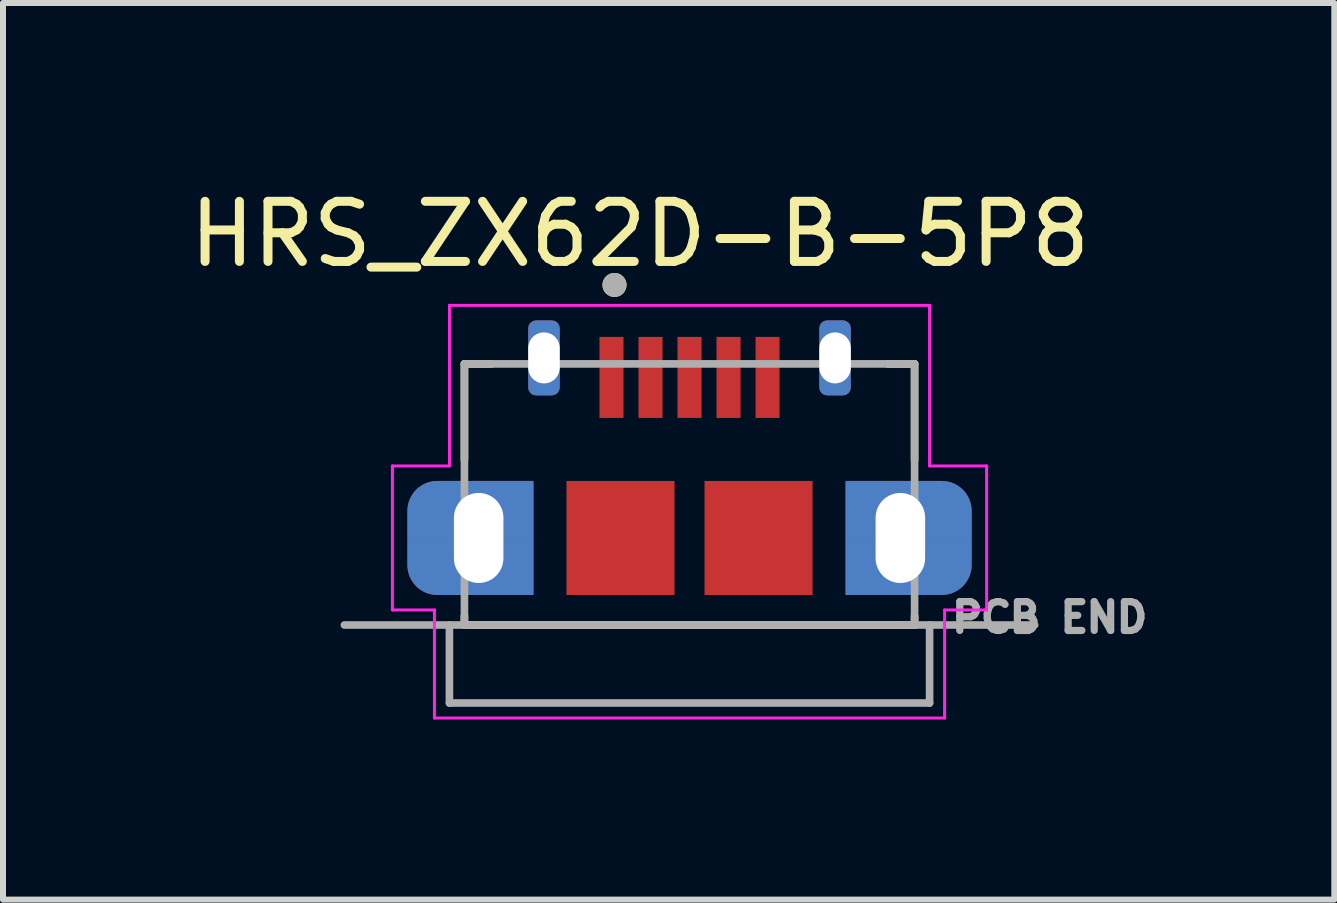
<source format=kicad_pcb>
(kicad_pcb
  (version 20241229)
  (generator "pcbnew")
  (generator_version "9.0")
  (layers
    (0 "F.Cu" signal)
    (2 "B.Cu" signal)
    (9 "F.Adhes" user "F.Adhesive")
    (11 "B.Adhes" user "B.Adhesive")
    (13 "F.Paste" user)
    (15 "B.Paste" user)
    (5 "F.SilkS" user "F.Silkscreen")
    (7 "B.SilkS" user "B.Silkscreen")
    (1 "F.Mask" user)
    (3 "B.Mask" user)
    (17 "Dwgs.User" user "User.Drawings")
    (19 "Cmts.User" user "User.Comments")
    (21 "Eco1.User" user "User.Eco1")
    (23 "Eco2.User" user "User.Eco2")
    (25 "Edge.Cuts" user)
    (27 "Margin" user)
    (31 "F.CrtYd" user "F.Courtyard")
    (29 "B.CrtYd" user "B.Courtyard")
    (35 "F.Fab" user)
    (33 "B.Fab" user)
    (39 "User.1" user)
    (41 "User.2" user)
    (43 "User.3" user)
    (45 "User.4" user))
  (footprint "HRS_ZX62D-B-5P8"
    (layer "F.Cu")
    (at 8.438 5.838)
    (property "Reference" "HRS_ZX62D-B-5P8" (at -0.826 -4.988 0) (layer "F.SilkS") (effects (font (size 1.001 1.001) (thickness 0.15))))
    (attr smd)
    (fp_poly (pts (xy -3.1 0.075) (xy -2.6 0.075) (xy -2.6 1.025) (xy -4.2 1.025) (xy -4.226 1.024) (xy -4.252 1.022) (xy -4.278 1.019) (xy -4.304 1.014) (xy -4.329 1.008) (xy -4.355 1.001) (xy -4.379 0.992) (xy -4.403 0.982) (xy -4.427 0.971) (xy -4.45 0.958) (xy -4.472 0.944) (xy -4.494 0.93) (xy -4.515 0.914) (xy -4.535 0.897) (xy -4.554 0.879) (xy -4.572 0.86) (xy -4.589 0.84) (xy -4.605 0.819) (xy -4.619 0.797) (xy -4.633 0.775) (xy -4.646 0.752) (xy -4.657 0.728) (xy -4.667 0.704) (xy -4.676 0.68) (xy -4.683 0.654) (xy -4.689 0.629) (xy -4.694 0.603) (xy -4.697 0.577) (xy -4.699 0.551) (xy -4.7 0.525) (xy -4.7 0.075) (xy -3.925 0.075) (xy -3.925 0.55) (xy -3.925 0.564) (xy -3.923 0.579) (xy -3.922 0.593) (xy -3.919 0.607) (xy -3.916 0.621) (xy -3.912 0.635) (xy -3.907 0.649) (xy -3.901 0.662) (xy -3.895 0.675) (xy -3.888 0.688) (xy -3.881 0.7) (xy -3.872 0.712) (xy -3.864 0.723) (xy -3.854 0.734) (xy -3.844 0.744) (xy -3.834 0.754) (xy -3.823 0.764) (xy -3.812 0.772) (xy -3.8 0.781) (xy -3.787 0.788) (xy -3.775 0.795) (xy -3.762 0.801) (xy -3.749 0.807) (xy -3.735 0.812) (xy -3.721 0.816) (xy -3.707 0.819) (xy -3.693 0.822) (xy -3.679 0.823) (xy -3.664 0.825) (xy -3.65 0.825) (xy -3.4 0.825) (xy -3.384 0.825) (xy -3.369 0.823) (xy -3.353 0.821) (xy -3.338 0.818) (xy -3.322 0.815) (xy -3.307 0.81) (xy -3.292 0.805) (xy -3.278 0.799) (xy -3.264 0.792) (xy -3.25 0.785) (xy -3.237 0.777) (xy -3.224 0.768) (xy -3.211 0.758) (xy -3.199 0.748) (xy -3.188 0.737) (xy -3.177 0.726) (xy -3.167 0.714) (xy -3.157 0.701) (xy -3.148 0.688) (xy -3.14 0.675) (xy -3.133 0.661) (xy -3.126 0.647) (xy -3.12 0.633) (xy -3.115 0.618) (xy -3.11 0.603) (xy -3.107 0.587) (xy -3.104 0.572) (xy -3.102 0.556) (xy -3.1 0.541) (xy -3.1 0.525) (xy -3.1 0.075)) (stroke (width 0.0001) (type solid)) (fill yes) (layer "F.Cu"))
    (fp_poly (pts (xy -2.6 -0.875) (xy -4.2 -0.875) (xy -4.226 -0.874) (xy -4.252 -0.872) (xy -4.278 -0.869) (xy -4.304 -0.864) (xy -4.329 -0.858) (xy -4.355 -0.851) (xy -4.379 -0.842) (xy -4.403 -0.832) (xy -4.427 -0.821) (xy -4.45 -0.808) (xy -4.472 -0.794) (xy -4.494 -0.78) (xy -4.515 -0.764) (xy -4.535 -0.747) (xy -4.554 -0.729) (xy -4.572 -0.71) (xy -4.589 -0.69) (xy -4.605 -0.669) (xy -4.619 -0.647) (xy -4.633 -0.625) (xy -4.646 -0.602) (xy -4.657 -0.578) (xy -4.667 -0.554) (xy -4.676 -0.53) (xy -4.683 -0.504) (xy -4.689 -0.479) (xy -4.694 -0.453) (xy -4.697 -0.427) (xy -4.699 -0.401) (xy -4.7 -0.375) (xy -4.7 0.075) (xy -3.925 0.075) (xy -3.925 -0.375) (xy -3.925 -0.391) (xy -3.923 -0.406) (xy -3.921 -0.422) (xy -3.918 -0.437) (xy -3.915 -0.453) (xy -3.91 -0.468) (xy -3.905 -0.483) (xy -3.899 -0.497) (xy -3.892 -0.511) (xy -3.885 -0.525) (xy -3.877 -0.538) (xy -3.868 -0.551) (xy -3.858 -0.564) (xy -3.848 -0.576) (xy -3.837 -0.587) (xy -3.826 -0.598) (xy -3.814 -0.608) (xy -3.801 -0.618) (xy -3.788 -0.627) (xy -3.775 -0.635) (xy -3.761 -0.642) (xy -3.747 -0.649) (xy -3.733 -0.655) (xy -3.718 -0.66) (xy -3.703 -0.665) (xy -3.687 -0.668) (xy -3.672 -0.671) (xy -3.656 -0.673) (xy -3.641 -0.675) (xy -3.625 -0.675) (xy -3.4 -0.675) (xy -3.384 -0.675) (xy -3.369 -0.673) (xy -3.353 -0.671) (xy -3.338 -0.668) (xy -3.322 -0.665) (xy -3.307 -0.66) (xy -3.292 -0.655) (xy -3.278 -0.649) (xy -3.264 -0.642) (xy -3.25 -0.635) (xy -3.237 -0.627) (xy -3.224 -0.618) (xy -3.211 -0.608) (xy -3.199 -0.598) (xy -3.188 -0.587) (xy -3.177 -0.576) (xy -3.167 -0.564) (xy -3.157 -0.551) (xy -3.148 -0.538) (xy -3.14 -0.525) (xy -3.133 -0.511) (xy -3.126 -0.497) (xy -3.12 -0.483) (xy -3.115 -0.468) (xy -3.11 -0.453) (xy -3.107 -0.437) (xy -3.104 -0.422) (xy -3.102 -0.406) (xy -3.1 -0.391) (xy -3.1 -0.375) (xy -3.1 0.075) (xy -2.6 0.075) (xy -2.6 -0.875)) (stroke (width 0.0001) (type solid)) (fill yes) (layer "F.Cu"))
    (fp_poly (pts (xy 2.6 1.025) (xy 4.2 1.025) (xy 4.226 1.024) (xy 4.252 1.022) (xy 4.278 1.019) (xy 4.304 1.014) (xy 4.329 1.008) (xy 4.355 1.001) (xy 4.379 0.992) (xy 4.403 0.982) (xy 4.427 0.971) (xy 4.45 0.958) (xy 4.472 0.944) (xy 4.494 0.93) (xy 4.515 0.914) (xy 4.535 0.897) (xy 4.554 0.879) (xy 4.572 0.86) (xy 4.589 0.84) (xy 4.605 0.819) (xy 4.619 0.797) (xy 4.633 0.775) (xy 4.646 0.752) (xy 4.657 0.728) (xy 4.667 0.704) (xy 4.676 0.68) (xy 4.683 0.654) (xy 4.689 0.629) (xy 4.694 0.603) (xy 4.697 0.577) (xy 4.699 0.551) (xy 4.7 0.525) (xy 4.7 0.075) (xy 3.925 0.075) (xy 3.925 0.525) (xy 3.925 0.541) (xy 3.923 0.556) (xy 3.921 0.572) (xy 3.918 0.587) (xy 3.915 0.603) (xy 3.91 0.618) (xy 3.905 0.633) (xy 3.899 0.647) (xy 3.892 0.661) (xy 3.885 0.675) (xy 3.877 0.688) (xy 3.868 0.701) (xy 3.858 0.714) (xy 3.848 0.726) (xy 3.837 0.737) (xy 3.826 0.748) (xy 3.814 0.758) (xy 3.801 0.768) (xy 3.788 0.777) (xy 3.775 0.785) (xy 3.761 0.792) (xy 3.747 0.799) (xy 3.733 0.805) (xy 3.718 0.81) (xy 3.703 0.815) (xy 3.687 0.818) (xy 3.672 0.821) (xy 3.656 0.823) (xy 3.641 0.825) (xy 3.625 0.825) (xy 3.4 0.825) (xy 3.384 0.825) (xy 3.369 0.823) (xy 3.353 0.821) (xy 3.338 0.818) (xy 3.322 0.815) (xy 3.307 0.81) (xy 3.292 0.805) (xy 3.278 0.799) (xy 3.264 0.792) (xy 3.25 0.785) (xy 3.237 0.777) (xy 3.224 0.768) (xy 3.211 0.758) (xy 3.199 0.748) (xy 3.188 0.737) (xy 3.177 0.726) (xy 3.167 0.714) (xy 3.157 0.701) (xy 3.148 0.688) (xy 3.14 0.675) (xy 3.133 0.661) (xy 3.126 0.647) (xy 3.12 0.633) (xy 3.115 0.618) (xy 3.11 0.603) (xy 3.107 0.587) (xy 3.104 0.572) (xy 3.102 0.556) (xy 3.1 0.541) (xy 3.1 0.525) (xy 3.1 0.075) (xy 2.6 0.075) (xy 2.6 1.025)) (stroke (width 0.0001) (type solid)) (fill yes) (layer "F.Cu"))
    (fp_poly (pts (xy 3.1 0.075) (xy 2.6 0.075) (xy 2.6 -0.875) (xy 4.2 -0.875) (xy 4.226 -0.874) (xy 4.252 -0.872) (xy 4.278 -0.869) (xy 4.304 -0.864) (xy 4.329 -0.858) (xy 4.355 -0.851) (xy 4.379 -0.842) (xy 4.403 -0.832) (xy 4.427 -0.821) (xy 4.45 -0.808) (xy 4.472 -0.794) (xy 4.494 -0.78) (xy 4.515 -0.764) (xy 4.535 -0.747) (xy 4.554 -0.729) (xy 4.572 -0.71) (xy 4.589 -0.69) (xy 4.605 -0.669) (xy 4.619 -0.647) (xy 4.633 -0.625) (xy 4.646 -0.602) (xy 4.657 -0.578) (xy 4.667 -0.554) (xy 4.676 -0.53) (xy 4.683 -0.504) (xy 4.689 -0.479) (xy 4.694 -0.453) (xy 4.697 -0.427) (xy 4.699 -0.401) (xy 4.7 -0.375) (xy 4.7 0.075) (xy 3.925 0.075) (xy 3.925 -0.4) (xy 3.925 -0.414) (xy 3.923 -0.429) (xy 3.922 -0.443) (xy 3.919 -0.457) (xy 3.916 -0.471) (xy 3.912 -0.485) (xy 3.907 -0.499) (xy 3.901 -0.512) (xy 3.895 -0.525) (xy 3.888 -0.538) (xy 3.881 -0.55) (xy 3.872 -0.562) (xy 3.864 -0.573) (xy 3.854 -0.584) (xy 3.844 -0.594) (xy 3.834 -0.604) (xy 3.823 -0.614) (xy 3.812 -0.622) (xy 3.8 -0.631) (xy 3.787 -0.638) (xy 3.775 -0.645) (xy 3.762 -0.651) (xy 3.749 -0.657) (xy 3.735 -0.662) (xy 3.721 -0.666) (xy 3.707 -0.669) (xy 3.693 -0.672) (xy 3.679 -0.673) (xy 3.664 -0.675) (xy 3.65 -0.675) (xy 3.4 -0.675) (xy 3.384 -0.675) (xy 3.369 -0.673) (xy 3.353 -0.671) (xy 3.338 -0.668) (xy 3.322 -0.665) (xy 3.307 -0.66) (xy 3.292 -0.655) (xy 3.278 -0.649) (xy 3.264 -0.642) (xy 3.25 -0.635) (xy 3.237 -0.627) (xy 3.224 -0.618) (xy 3.211 -0.608) (xy 3.199 -0.598) (xy 3.188 -0.587) (xy 3.177 -0.576) (xy 3.167 -0.564) (xy 3.157 -0.551) (xy 3.148 -0.538) (xy 3.14 -0.525) (xy 3.133 -0.511) (xy 3.126 -0.497) (xy 3.12 -0.483) (xy 3.115 -0.468) (xy 3.11 -0.453) (xy 3.107 -0.437) (xy 3.104 -0.422) (xy 3.102 -0.406) (xy 3.1 -0.391) (xy 3.1 -0.375) (xy 3.1 0.075)) (stroke (width 0.0001) (type solid)) (fill yes) (layer "F.Cu"))
    (fp_poly (pts (xy -4.801 -0.975) (xy -2.5 -0.975) (xy -2.5 1.126) (xy -4.801 1.126)) (stroke (width 0.01) (type solid)) (fill yes) (layer "F.Mask"))
    (fp_poly (pts (xy 2.502 -0.975) (xy 4.8 -0.975) (xy 4.8 1.128) (xy 2.502 1.128)) (stroke (width 0.01) (type solid)) (fill yes) (layer "F.Mask"))
    (fp_poly (pts (xy -3.1 0.075) (xy -2.6 0.075) (xy -2.6 1.025) (xy -4.2 1.025) (xy -4.226 1.024) (xy -4.252 1.022) (xy -4.278 1.019) (xy -4.304 1.014) (xy -4.329 1.008) (xy -4.355 1.001) (xy -4.379 0.992) (xy -4.403 0.982) (xy -4.427 0.971) (xy -4.45 0.958) (xy -4.472 0.944) (xy -4.494 0.93) (xy -4.515 0.914) (xy -4.535 0.897) (xy -4.554 0.879) (xy -4.572 0.86) (xy -4.589 0.84) (xy -4.605 0.819) (xy -4.619 0.797) (xy -4.633 0.775) (xy -4.646 0.752) (xy -4.657 0.728) (xy -4.667 0.704) (xy -4.676 0.68) (xy -4.683 0.654) (xy -4.689 0.629) (xy -4.694 0.603) (xy -4.697 0.577) (xy -4.699 0.551) (xy -4.7 0.525) (xy -4.7 0.075) (xy -3.925 0.075) (xy -3.925 0.55) (xy -3.925 0.564) (xy -3.923 0.579) (xy -3.922 0.593) (xy -3.919 0.607) (xy -3.916 0.621) (xy -3.912 0.635) (xy -3.907 0.649) (xy -3.901 0.662) (xy -3.895 0.675) (xy -3.888 0.688) (xy -3.881 0.7) (xy -3.872 0.712) (xy -3.864 0.723) (xy -3.854 0.734) (xy -3.844 0.744) (xy -3.834 0.754) (xy -3.823 0.764) (xy -3.812 0.772) (xy -3.8 0.781) (xy -3.787 0.788) (xy -3.775 0.795) (xy -3.762 0.801) (xy -3.749 0.807) (xy -3.735 0.812) (xy -3.721 0.816) (xy -3.707 0.819) (xy -3.693 0.822) (xy -3.679 0.823) (xy -3.664 0.825) (xy -3.65 0.825) (xy -3.4 0.825) (xy -3.384 0.825) (xy -3.369 0.823) (xy -3.353 0.821) (xy -3.338 0.818) (xy -3.322 0.815) (xy -3.307 0.81) (xy -3.292 0.805) (xy -3.278 0.799) (xy -3.264 0.792) (xy -3.25 0.785) (xy -3.237 0.777) (xy -3.224 0.768) (xy -3.211 0.758) (xy -3.199 0.748) (xy -3.188 0.737) (xy -3.177 0.726) (xy -3.167 0.714) (xy -3.157 0.701) (xy -3.148 0.688) (xy -3.14 0.675) (xy -3.133 0.661) (xy -3.126 0.647) (xy -3.12 0.633) (xy -3.115 0.618) (xy -3.11 0.603) (xy -3.107 0.587) (xy -3.104 0.572) (xy -3.102 0.556) (xy -3.1 0.541) (xy -3.1 0.525) (xy -3.1 0.075)) (stroke (width 0.0001) (type solid)) (fill yes) (layer "B.Cu"))
    (fp_poly (pts (xy -2.6 -0.875) (xy -4.2 -0.875) (xy -4.226 -0.874) (xy -4.252 -0.872) (xy -4.278 -0.869) (xy -4.304 -0.864) (xy -4.329 -0.858) (xy -4.355 -0.851) (xy -4.379 -0.842) (xy -4.403 -0.832) (xy -4.427 -0.821) (xy -4.45 -0.808) (xy -4.472 -0.794) (xy -4.494 -0.78) (xy -4.515 -0.764) (xy -4.535 -0.747) (xy -4.554 -0.729) (xy -4.572 -0.71) (xy -4.589 -0.69) (xy -4.605 -0.669) (xy -4.619 -0.647) (xy -4.633 -0.625) (xy -4.646 -0.602) (xy -4.657 -0.578) (xy -4.667 -0.554) (xy -4.676 -0.53) (xy -4.683 -0.504) (xy -4.689 -0.479) (xy -4.694 -0.453) (xy -4.697 -0.427) (xy -4.699 -0.401) (xy -4.7 -0.375) (xy -4.7 0.075) (xy -3.925 0.075) (xy -3.925 -0.375) (xy -3.925 -0.391) (xy -3.923 -0.406) (xy -3.921 -0.422) (xy -3.918 -0.437) (xy -3.915 -0.453) (xy -3.91 -0.468) (xy -3.905 -0.483) (xy -3.899 -0.497) (xy -3.892 -0.511) (xy -3.885 -0.525) (xy -3.877 -0.538) (xy -3.868 -0.551) (xy -3.858 -0.564) (xy -3.848 -0.576) (xy -3.837 -0.587) (xy -3.826 -0.598) (xy -3.814 -0.608) (xy -3.801 -0.618) (xy -3.788 -0.627) (xy -3.775 -0.635) (xy -3.761 -0.642) (xy -3.747 -0.649) (xy -3.733 -0.655) (xy -3.718 -0.66) (xy -3.703 -0.665) (xy -3.687 -0.668) (xy -3.672 -0.671) (xy -3.656 -0.673) (xy -3.641 -0.675) (xy -3.625 -0.675) (xy -3.4 -0.675) (xy -3.384 -0.675) (xy -3.369 -0.673) (xy -3.353 -0.671) (xy -3.338 -0.668) (xy -3.322 -0.665) (xy -3.307 -0.66) (xy -3.292 -0.655) (xy -3.278 -0.649) (xy -3.264 -0.642) (xy -3.25 -0.635) (xy -3.237 -0.627) (xy -3.224 -0.618) (xy -3.211 -0.608) (xy -3.199 -0.598) (xy -3.188 -0.587) (xy -3.177 -0.576) (xy -3.167 -0.564) (xy -3.157 -0.551) (xy -3.148 -0.538) (xy -3.14 -0.525) (xy -3.133 -0.511) (xy -3.126 -0.497) (xy -3.12 -0.483) (xy -3.115 -0.468) (xy -3.11 -0.453) (xy -3.107 -0.437) (xy -3.104 -0.422) (xy -3.102 -0.406) (xy -3.1 -0.391) (xy -3.1 -0.375) (xy -3.1 0.075) (xy -2.6 0.075) (xy -2.6 -0.875)) (stroke (width 0.0001) (type solid)) (fill yes) (layer "B.Cu"))
    (fp_poly (pts (xy 2.6 1.025) (xy 4.2 1.025) (xy 4.226 1.024) (xy 4.252 1.022) (xy 4.278 1.019) (xy 4.304 1.014) (xy 4.329 1.008) (xy 4.355 1.001) (xy 4.379 0.992) (xy 4.403 0.982) (xy 4.427 0.971) (xy 4.45 0.958) (xy 4.472 0.944) (xy 4.494 0.93) (xy 4.515 0.914) (xy 4.535 0.897) (xy 4.554 0.879) (xy 4.572 0.86) (xy 4.589 0.84) (xy 4.605 0.819) (xy 4.619 0.797) (xy 4.633 0.775) (xy 4.646 0.752) (xy 4.657 0.728) (xy 4.667 0.704) (xy 4.676 0.68) (xy 4.683 0.654) (xy 4.689 0.629) (xy 4.694 0.603) (xy 4.697 0.577) (xy 4.699 0.551) (xy 4.7 0.525) (xy 4.7 0.075) (xy 3.925 0.075) (xy 3.925 0.525) (xy 3.925 0.541) (xy 3.923 0.556) (xy 3.921 0.572) (xy 3.918 0.587) (xy 3.915 0.603) (xy 3.91 0.618) (xy 3.905 0.633) (xy 3.899 0.647) (xy 3.892 0.661) (xy 3.885 0.675) (xy 3.877 0.688) (xy 3.868 0.701) (xy 3.858 0.714) (xy 3.848 0.726) (xy 3.837 0.737) (xy 3.826 0.748) (xy 3.814 0.758) (xy 3.801 0.768) (xy 3.788 0.777) (xy 3.775 0.785) (xy 3.761 0.792) (xy 3.747 0.799) (xy 3.733 0.805) (xy 3.718 0.81) (xy 3.703 0.815) (xy 3.687 0.818) (xy 3.672 0.821) (xy 3.656 0.823) (xy 3.641 0.825) (xy 3.625 0.825) (xy 3.4 0.825) (xy 3.384 0.825) (xy 3.369 0.823) (xy 3.353 0.821) (xy 3.338 0.818) (xy 3.322 0.815) (xy 3.307 0.81) (xy 3.292 0.805) (xy 3.278 0.799) (xy 3.264 0.792) (xy 3.25 0.785) (xy 3.237 0.777) (xy 3.224 0.768) (xy 3.211 0.758) (xy 3.199 0.748) (xy 3.188 0.737) (xy 3.177 0.726) (xy 3.167 0.714) (xy 3.157 0.701) (xy 3.148 0.688) (xy 3.14 0.675) (xy 3.133 0.661) (xy 3.126 0.647) (xy 3.12 0.633) (xy 3.115 0.618) (xy 3.11 0.603) (xy 3.107 0.587) (xy 3.104 0.572) (xy 3.102 0.556) (xy 3.1 0.541) (xy 3.1 0.525) (xy 3.1 0.075) (xy 2.6 0.075) (xy 2.6 1.025)) (stroke (width 0.0001) (type solid)) (fill yes) (layer "B.Cu"))
    (fp_poly (pts (xy 3.1 0.075) (xy 2.6 0.075) (xy 2.6 -0.875) (xy 4.2 -0.875) (xy 4.226 -0.874) (xy 4.252 -0.872) (xy 4.278 -0.869) (xy 4.304 -0.864) (xy 4.329 -0.858) (xy 4.355 -0.851) (xy 4.379 -0.842) (xy 4.403 -0.832) (xy 4.427 -0.821) (xy 4.45 -0.808) (xy 4.472 -0.794) (xy 4.494 -0.78) (xy 4.515 -0.764) (xy 4.535 -0.747) (xy 4.554 -0.729) (xy 4.572 -0.71) (xy 4.589 -0.69) (xy 4.605 -0.669) (xy 4.619 -0.647) (xy 4.633 -0.625) (xy 4.646 -0.602) (xy 4.657 -0.578) (xy 4.667 -0.554) (xy 4.676 -0.53) (xy 4.683 -0.504) (xy 4.689 -0.479) (xy 4.694 -0.453) (xy 4.697 -0.427) (xy 4.699 -0.401) (xy 4.7 -0.375) (xy 4.7 0.075) (xy 3.925 0.075) (xy 3.925 -0.4) (xy 3.925 -0.414) (xy 3.923 -0.429) (xy 3.922 -0.443) (xy 3.919 -0.457) (xy 3.916 -0.471) (xy 3.912 -0.485) (xy 3.907 -0.499) (xy 3.901 -0.512) (xy 3.895 -0.525) (xy 3.888 -0.538) (xy 3.881 -0.55) (xy 3.872 -0.562) (xy 3.864 -0.573) (xy 3.854 -0.584) (xy 3.844 -0.594) (xy 3.834 -0.604) (xy 3.823 -0.614) (xy 3.812 -0.622) (xy 3.8 -0.631) (xy 3.787 -0.638) (xy 3.775 -0.645) (xy 3.762 -0.651) (xy 3.749 -0.657) (xy 3.735 -0.662) (xy 3.721 -0.666) (xy 3.707 -0.669) (xy 3.693 -0.672) (xy 3.679 -0.673) (xy 3.664 -0.675) (xy 3.65 -0.675) (xy 3.4 -0.675) (xy 3.384 -0.675) (xy 3.369 -0.673) (xy 3.353 -0.671) (xy 3.338 -0.668) (xy 3.322 -0.665) (xy 3.307 -0.66) (xy 3.292 -0.655) (xy 3.278 -0.649) (xy 3.264 -0.642) (xy 3.25 -0.635) (xy 3.237 -0.627) (xy 3.224 -0.618) (xy 3.211 -0.608) (xy 3.199 -0.598) (xy 3.188 -0.587) (xy 3.177 -0.576) (xy 3.167 -0.564) (xy 3.157 -0.551) (xy 3.148 -0.538) (xy 3.14 -0.525) (xy 3.133 -0.511) (xy 3.126 -0.497) (xy 3.12 -0.483) (xy 3.115 -0.468) (xy 3.11 -0.453) (xy 3.107 -0.437) (xy 3.104 -0.422) (xy 3.102 -0.406) (xy 3.1 -0.391) (xy 3.1 -0.375) (xy 3.1 0.075)) (stroke (width 0.0001) (type solid)) (fill yes) (layer "B.Cu"))
    (fp_poly (pts (xy -4.801 -0.975) (xy -2.5 -0.975) (xy -2.5 1.126) (xy -4.801 1.126)) (stroke (width 0.01) (type solid)) (fill yes) (layer "B.Mask"))
    (fp_poly (pts (xy 2.502 -0.975) (xy 4.8 -0.975) (xy 4.8 1.128) (xy 2.502 1.128)) (stroke (width 0.01) (type solid)) (fill yes) (layer "B.Mask"))
    (fp_line (start -3.75 -2.825) (end -3.3 -2.825) (stroke (width 0.127) (type solid)) (layer "F.SilkS"))
    (fp_line (start -3.75 -1.225) (end -3.75 -2.825) (stroke (width 0.127) (type solid)) (layer "F.SilkS"))
    (fp_line (start -3.75 1.525) (end -3.75 1.375) (stroke (width 0.127) (type solid)) (layer "F.SilkS"))
    (fp_line (start -3.75 1.525) (end 3.75 1.525) (stroke (width 0.127) (type solid)) (layer "F.SilkS"))
    (fp_line (start 3.3 -2.825) (end 3.75 -2.825) (stroke (width 0.127) (type solid)) (layer "F.SilkS"))
    (fp_line (start 3.75 -2.825) (end 3.75 -1.225) (stroke (width 0.127) (type solid)) (layer "F.SilkS"))
    (fp_line (start 3.75 1.525) (end 3.75 1.375) (stroke (width 0.127) (type solid)) (layer "F.SilkS"))
    (fp_circle (center -1.25 -4.14) (end -1.15 -4.14) (stroke (width 0.2) (type solid)) (fill no) (layer "F.SilkS"))
    (fp_poly (pts (xy -3.1 0.075) (xy -2.6 0.075) (xy -2.6 1.025) (xy -4.2 1.025) (xy -4.226 1.024) (xy -4.252 1.022) (xy -4.278 1.019) (xy -4.304 1.014) (xy -4.329 1.008) (xy -4.355 1.001) (xy -4.379 0.992) (xy -4.403 0.982) (xy -4.427 0.971) (xy -4.45 0.958) (xy -4.472 0.944) (xy -4.494 0.93) (xy -4.515 0.914) (xy -4.535 0.897) (xy -4.554 0.879) (xy -4.572 0.86) (xy -4.589 0.84) (xy -4.605 0.819) (xy -4.619 0.797) (xy -4.633 0.775) (xy -4.646 0.752) (xy -4.657 0.728) (xy -4.667 0.704) (xy -4.676 0.68) (xy -4.683 0.654) (xy -4.689 0.629) (xy -4.694 0.603) (xy -4.697 0.577) (xy -4.699 0.551) (xy -4.7 0.525) (xy -4.7 0.075) (xy -3.925 0.075) (xy -3.925 0.55) (xy -3.925 0.564) (xy -3.923 0.579) (xy -3.922 0.593) (xy -3.919 0.607) (xy -3.916 0.621) (xy -3.912 0.635) (xy -3.907 0.649) (xy -3.901 0.662) (xy -3.895 0.675) (xy -3.888 0.688) (xy -3.881 0.7) (xy -3.872 0.712) (xy -3.864 0.723) (xy -3.854 0.734) (xy -3.844 0.744) (xy -3.834 0.754) (xy -3.823 0.764) (xy -3.812 0.772) (xy -3.8 0.781) (xy -3.787 0.788) (xy -3.775 0.795) (xy -3.762 0.801) (xy -3.749 0.807) (xy -3.735 0.812) (xy -3.721 0.816) (xy -3.707 0.819) (xy -3.693 0.822) (xy -3.679 0.823) (xy -3.664 0.825) (xy -3.65 0.825) (xy -3.4 0.825) (xy -3.384 0.825) (xy -3.369 0.823) (xy -3.353 0.821) (xy -3.338 0.818) (xy -3.322 0.815) (xy -3.307 0.81) (xy -3.292 0.805) (xy -3.278 0.799) (xy -3.264 0.792) (xy -3.25 0.785) (xy -3.237 0.777) (xy -3.224 0.768) (xy -3.211 0.758) (xy -3.199 0.748) (xy -3.188 0.737) (xy -3.177 0.726) (xy -3.167 0.714) (xy -3.157 0.701) (xy -3.148 0.688) (xy -3.14 0.675) (xy -3.133 0.661) (xy -3.126 0.647) (xy -3.12 0.633) (xy -3.115 0.618) (xy -3.11 0.603) (xy -3.107 0.587) (xy -3.104 0.572) (xy -3.102 0.556) (xy -3.1 0.541) (xy -3.1 0.525) (xy -3.1 0.075)) (stroke (width 0.0001) (type solid)) (fill yes) (layer "F.Paste"))
    (fp_poly (pts (xy -2.6 -0.875) (xy -4.2 -0.875) (xy -4.226 -0.874) (xy -4.252 -0.872) (xy -4.278 -0.869) (xy -4.304 -0.864) (xy -4.329 -0.858) (xy -4.355 -0.851) (xy -4.379 -0.842) (xy -4.403 -0.832) (xy -4.427 -0.821) (xy -4.45 -0.808) (xy -4.472 -0.794) (xy -4.494 -0.78) (xy -4.515 -0.764) (xy -4.535 -0.747) (xy -4.554 -0.729) (xy -4.572 -0.71) (xy -4.589 -0.69) (xy -4.605 -0.669) (xy -4.619 -0.647) (xy -4.633 -0.625) (xy -4.646 -0.602) (xy -4.657 -0.578) (xy -4.667 -0.554) (xy -4.676 -0.53) (xy -4.683 -0.504) (xy -4.689 -0.479) (xy -4.694 -0.453) (xy -4.697 -0.427) (xy -4.699 -0.401) (xy -4.7 -0.375) (xy -4.7 0.075) (xy -3.925 0.075) (xy -3.925 -0.375) (xy -3.925 -0.391) (xy -3.923 -0.406) (xy -3.921 -0.422) (xy -3.918 -0.437) (xy -3.915 -0.453) (xy -3.91 -0.468) (xy -3.905 -0.483) (xy -3.899 -0.497) (xy -3.892 -0.511) (xy -3.885 -0.525) (xy -3.877 -0.538) (xy -3.868 -0.551) (xy -3.858 -0.564) (xy -3.848 -0.576) (xy -3.837 -0.587) (xy -3.826 -0.598) (xy -3.814 -0.608) (xy -3.801 -0.618) (xy -3.788 -0.627) (xy -3.775 -0.635) (xy -3.761 -0.642) (xy -3.747 -0.649) (xy -3.733 -0.655) (xy -3.718 -0.66) (xy -3.703 -0.665) (xy -3.687 -0.668) (xy -3.672 -0.671) (xy -3.656 -0.673) (xy -3.641 -0.675) (xy -3.625 -0.675) (xy -3.4 -0.675) (xy -3.384 -0.675) (xy -3.369 -0.673) (xy -3.353 -0.671) (xy -3.338 -0.668) (xy -3.322 -0.665) (xy -3.307 -0.66) (xy -3.292 -0.655) (xy -3.278 -0.649) (xy -3.264 -0.642) (xy -3.25 -0.635) (xy -3.237 -0.627) (xy -3.224 -0.618) (xy -3.211 -0.608) (xy -3.199 -0.598) (xy -3.188 -0.587) (xy -3.177 -0.576) (xy -3.167 -0.564) (xy -3.157 -0.551) (xy -3.148 -0.538) (xy -3.14 -0.525) (xy -3.133 -0.511) (xy -3.126 -0.497) (xy -3.12 -0.483) (xy -3.115 -0.468) (xy -3.11 -0.453) (xy -3.107 -0.437) (xy -3.104 -0.422) (xy -3.102 -0.406) (xy -3.1 -0.391) (xy -3.1 -0.375) (xy -3.1 0.075) (xy -2.6 0.075) (xy -2.6 -0.875)) (stroke (width 0.0001) (type solid)) (fill yes) (layer "F.Paste"))
    (fp_poly (pts (xy 2.6 1.025) (xy 4.2 1.025) (xy 4.226 1.024) (xy 4.252 1.022) (xy 4.278 1.019) (xy 4.304 1.014) (xy 4.329 1.008) (xy 4.355 1.001) (xy 4.379 0.992) (xy 4.403 0.982) (xy 4.427 0.971) (xy 4.45 0.958) (xy 4.472 0.944) (xy 4.494 0.93) (xy 4.515 0.914) (xy 4.535 0.897) (xy 4.554 0.879) (xy 4.572 0.86) (xy 4.589 0.84) (xy 4.605 0.819) (xy 4.619 0.797) (xy 4.633 0.775) (xy 4.646 0.752) (xy 4.657 0.728) (xy 4.667 0.704) (xy 4.676 0.68) (xy 4.683 0.654) (xy 4.689 0.629) (xy 4.694 0.603) (xy 4.697 0.577) (xy 4.699 0.551) (xy 4.7 0.525) (xy 4.7 0.075) (xy 3.925 0.075) (xy 3.925 0.525) (xy 3.925 0.541) (xy 3.923 0.556) (xy 3.921 0.572) (xy 3.918 0.587) (xy 3.915 0.603) (xy 3.91 0.618) (xy 3.905 0.633) (xy 3.899 0.647) (xy 3.892 0.661) (xy 3.885 0.675) (xy 3.877 0.688) (xy 3.868 0.701) (xy 3.858 0.714) (xy 3.848 0.726) (xy 3.837 0.737) (xy 3.826 0.748) (xy 3.814 0.758) (xy 3.801 0.768) (xy 3.788 0.777) (xy 3.775 0.785) (xy 3.761 0.792) (xy 3.747 0.799) (xy 3.733 0.805) (xy 3.718 0.81) (xy 3.703 0.815) (xy 3.687 0.818) (xy 3.672 0.821) (xy 3.656 0.823) (xy 3.641 0.825) (xy 3.625 0.825) (xy 3.4 0.825) (xy 3.384 0.825) (xy 3.369 0.823) (xy 3.353 0.821) (xy 3.338 0.818) (xy 3.322 0.815) (xy 3.307 0.81) (xy 3.292 0.805) (xy 3.278 0.799) (xy 3.264 0.792) (xy 3.25 0.785) (xy 3.237 0.777) (xy 3.224 0.768) (xy 3.211 0.758) (xy 3.199 0.748) (xy 3.188 0.737) (xy 3.177 0.726) (xy 3.167 0.714) (xy 3.157 0.701) (xy 3.148 0.688) (xy 3.14 0.675) (xy 3.133 0.661) (xy 3.126 0.647) (xy 3.12 0.633) (xy 3.115 0.618) (xy 3.11 0.603) (xy 3.107 0.587) (xy 3.104 0.572) (xy 3.102 0.556) (xy 3.1 0.541) (xy 3.1 0.525) (xy 3.1 0.075) (xy 2.6 0.075) (xy 2.6 1.025)) (stroke (width 0.0001) (type solid)) (fill yes) (layer "F.Paste"))
    (fp_poly (pts (xy 3.1 0.075) (xy 2.6 0.075) (xy 2.6 -0.875) (xy 4.2 -0.875) (xy 4.226 -0.874) (xy 4.252 -0.872) (xy 4.278 -0.869) (xy 4.304 -0.864) (xy 4.329 -0.858) (xy 4.355 -0.851) (xy 4.379 -0.842) (xy 4.403 -0.832) (xy 4.427 -0.821) (xy 4.45 -0.808) (xy 4.472 -0.794) (xy 4.494 -0.78) (xy 4.515 -0.764) (xy 4.535 -0.747) (xy 4.554 -0.729) (xy 4.572 -0.71) (xy 4.589 -0.69) (xy 4.605 -0.669) (xy 4.619 -0.647) (xy 4.633 -0.625) (xy 4.646 -0.602) (xy 4.657 -0.578) (xy 4.667 -0.554) (xy 4.676 -0.53) (xy 4.683 -0.504) (xy 4.689 -0.479) (xy 4.694 -0.453) (xy 4.697 -0.427) (xy 4.699 -0.401) (xy 4.7 -0.375) (xy 4.7 0.075) (xy 3.925 0.075) (xy 3.925 -0.4) (xy 3.925 -0.414) (xy 3.923 -0.429) (xy 3.922 -0.443) (xy 3.919 -0.457) (xy 3.916 -0.471) (xy 3.912 -0.485) (xy 3.907 -0.499) (xy 3.901 -0.512) (xy 3.895 -0.525) (xy 3.888 -0.538) (xy 3.881 -0.55) (xy 3.872 -0.562) (xy 3.864 -0.573) (xy 3.854 -0.584) (xy 3.844 -0.594) (xy 3.834 -0.604) (xy 3.823 -0.614) (xy 3.812 -0.622) (xy 3.8 -0.631) (xy 3.787 -0.638) (xy 3.775 -0.645) (xy 3.762 -0.651) (xy 3.749 -0.657) (xy 3.735 -0.662) (xy 3.721 -0.666) (xy 3.707 -0.669) (xy 3.693 -0.672) (xy 3.679 -0.673) (xy 3.664 -0.675) (xy 3.65 -0.675) (xy 3.4 -0.675) (xy 3.384 -0.675) (xy 3.369 -0.673) (xy 3.353 -0.671) (xy 3.338 -0.668) (xy 3.322 -0.665) (xy 3.307 -0.66) (xy 3.292 -0.655) (xy 3.278 -0.649) (xy 3.264 -0.642) (xy 3.25 -0.635) (xy 3.237 -0.627) (xy 3.224 -0.618) (xy 3.211 -0.608) (xy 3.199 -0.598) (xy 3.188 -0.587) (xy 3.177 -0.576) (xy 3.167 -0.564) (xy 3.157 -0.551) (xy 3.148 -0.538) (xy 3.14 -0.525) (xy 3.133 -0.511) (xy 3.126 -0.497) (xy 3.12 -0.483) (xy 3.115 -0.468) (xy 3.11 -0.453) (xy 3.107 -0.437) (xy 3.104 -0.422) (xy 3.102 -0.406) (xy 3.1 -0.391) (xy 3.1 -0.375) (xy 3.1 0.075)) (stroke (width 0.0001) (type solid)) (fill yes) (layer "F.Paste"))
    (fp_poly (pts (xy -2.425 -3.35) (xy -2.425 -3.55) (xy -2.398 -3.549) (xy -2.37 -3.547) (xy -2.343 -3.544) (xy -2.316 -3.539) (xy -2.289 -3.532) (xy -2.263 -3.524) (xy -2.237 -3.515) (xy -2.211 -3.505) (xy -2.187 -3.493) (xy -2.162 -3.48) (xy -2.139 -3.465) (xy -2.116 -3.45) (xy -2.095 -3.433) (xy -2.074 -3.415) (xy -2.054 -3.396) (xy -2.035 -3.376) (xy -2.017 -3.355) (xy -2 -3.334) (xy -1.985 -3.311) (xy -1.97 -3.287) (xy -1.957 -3.263) (xy -1.945 -3.239) (xy -1.935 -3.213) (xy -1.926 -3.187) (xy -1.918 -3.161) (xy -1.911 -3.134) (xy -1.906 -3.107) (xy -1.903 -3.08) (xy -1.901 -3.052) (xy -1.9 -3.025) (xy -1.9 -2.825) (xy -1.901 -2.798) (xy -1.903 -2.77) (xy -1.906 -2.743) (xy -1.911 -2.716) (xy -1.918 -2.689) (xy -1.926 -2.663) (xy -1.935 -2.637) (xy -1.945 -2.611) (xy -1.957 -2.587) (xy -1.97 -2.562) (xy -1.985 -2.539) (xy -2 -2.516) (xy -2.017 -2.495) (xy -2.035 -2.474) (xy -2.054 -2.454) (xy -2.074 -2.435) (xy -2.095 -2.417) (xy -2.116 -2.4) (xy -2.139 -2.385) (xy -2.162 -2.37) (xy -2.187 -2.357) (xy -2.211 -2.345) (xy -2.237 -2.335) (xy -2.263 -2.326) (xy -2.289 -2.318) (xy -2.316 -2.311) (xy -2.343 -2.306) (xy -2.37 -2.303) (xy -2.398 -2.301) (xy -2.425 -2.3) (xy -2.425 -2.5) (xy -2.408 -2.5) (xy -2.391 -2.502) (xy -2.374 -2.504) (xy -2.357 -2.507) (xy -2.341 -2.511) (xy -2.325 -2.516) (xy -2.309 -2.522) (xy -2.293 -2.528) (xy -2.277 -2.535) (xy -2.263 -2.544) (xy -2.248 -2.552) (xy -2.234 -2.562) (xy -2.22 -2.572) (xy -2.208 -2.583) (xy -2.195 -2.595) (xy -2.183 -2.608) (xy -2.172 -2.62) (xy -2.162 -2.634) (xy -2.152 -2.648) (xy -2.144 -2.663) (xy -2.135 -2.677) (xy -2.128 -2.693) (xy -2.122 -2.709) (xy -2.116 -2.725) (xy -2.111 -2.741) (xy -2.107 -2.757) (xy -2.104 -2.774) (xy -2.102 -2.791) (xy -2.1 -2.808) (xy -2.1 -2.825) (xy -2.1 -3.025) (xy -2.1 -3.042) (xy -2.102 -3.059) (xy -2.104 -3.076) (xy -2.107 -3.093) (xy -2.111 -3.109) (xy -2.116 -3.125) (xy -2.122 -3.141) (xy -2.128 -3.157) (xy -2.135 -3.173) (xy -2.144 -3.188) (xy -2.152 -3.202) (xy -2.162 -3.216) (xy -2.172 -3.23) (xy -2.183 -3.242) (xy -2.195 -3.255) (xy -2.208 -3.267) (xy -2.22 -3.278) (xy -2.234 -3.288) (xy -2.248 -3.298) (xy -2.263 -3.306) (xy -2.277 -3.315) (xy -2.293 -3.322) (xy -2.309 -3.328) (xy -2.325 -3.334) (xy -2.341 -3.339) (xy -2.357 -3.343) (xy -2.374 -3.346) (xy -2.391 -3.348) (xy -2.408 -3.35) (xy -2.425 -3.35)) (stroke (width 0.0001) (type solid)) (fill yes) (layer "F.Paste"))
    (fp_poly (pts (xy -2.425 -2.5) (xy -2.425 -2.3) (xy -2.452 -2.301) (xy -2.48 -2.303) (xy -2.507 -2.306) (xy -2.534 -2.311) (xy -2.561 -2.318) (xy -2.587 -2.326) (xy -2.613 -2.335) (xy -2.639 -2.345) (xy -2.663 -2.357) (xy -2.688 -2.37) (xy -2.711 -2.385) (xy -2.734 -2.4) (xy -2.755 -2.417) (xy -2.776 -2.435) (xy -2.796 -2.454) (xy -2.815 -2.474) (xy -2.833 -2.495) (xy -2.85 -2.516) (xy -2.865 -2.539) (xy -2.88 -2.563) (xy -2.893 -2.587) (xy -2.905 -2.611) (xy -2.915 -2.637) (xy -2.924 -2.663) (xy -2.932 -2.689) (xy -2.939 -2.716) (xy -2.944 -2.743) (xy -2.947 -2.77) (xy -2.949 -2.798) (xy -2.95 -2.825) (xy -2.95 -3.025) (xy -2.949 -3.052) (xy -2.947 -3.08) (xy -2.944 -3.107) (xy -2.939 -3.134) (xy -2.932 -3.161) (xy -2.924 -3.187) (xy -2.915 -3.213) (xy -2.905 -3.239) (xy -2.893 -3.263) (xy -2.88 -3.287) (xy -2.865 -3.311) (xy -2.85 -3.334) (xy -2.833 -3.355) (xy -2.815 -3.376) (xy -2.796 -3.396) (xy -2.776 -3.415) (xy -2.755 -3.433) (xy -2.734 -3.45) (xy -2.711 -3.465) (xy -2.688 -3.48) (xy -2.663 -3.493) (xy -2.639 -3.505) (xy -2.613 -3.515) (xy -2.587 -3.524) (xy -2.561 -3.532) (xy -2.534 -3.539) (xy -2.507 -3.544) (xy -2.48 -3.547) (xy -2.452 -3.549) (xy -2.425 -3.55) (xy -2.425 -3.35) (xy -2.442 -3.35) (xy -2.459 -3.348) (xy -2.476 -3.346) (xy -2.493 -3.343) (xy -2.509 -3.339) (xy -2.525 -3.334) (xy -2.541 -3.328) (xy -2.557 -3.322) (xy -2.573 -3.315) (xy -2.587 -3.306) (xy -2.602 -3.298) (xy -2.616 -3.288) (xy -2.63 -3.278) (xy -2.642 -3.267) (xy -2.655 -3.255) (xy -2.667 -3.242) (xy -2.678 -3.23) (xy -2.688 -3.216) (xy -2.698 -3.202) (xy -2.706 -3.188) (xy -2.715 -3.173) (xy -2.722 -3.157) (xy -2.728 -3.141) (xy -2.734 -3.125) (xy -2.739 -3.109) (xy -2.743 -3.093) (xy -2.746 -3.076) (xy -2.748 -3.059) (xy -2.75 -3.042) (xy -2.75 -3.025) (xy -2.75 -2.825) (xy -2.75 -2.808) (xy -2.748 -2.791) (xy -2.746 -2.774) (xy -2.743 -2.757) (xy -2.739 -2.741) (xy -2.734 -2.725) (xy -2.728 -2.709) (xy -2.722 -2.693) (xy -2.715 -2.677) (xy -2.706 -2.663) (xy -2.698 -2.648) (xy -2.688 -2.634) (xy -2.678 -2.62) (xy -2.667 -2.608) (xy -2.655 -2.595) (xy -2.642 -2.583) (xy -2.63 -2.572) (xy -2.616 -2.562) (xy -2.602 -2.552) (xy -2.587 -2.544) (xy -2.573 -2.535) (xy -2.557 -2.528) (xy -2.541 -2.522) (xy -2.525 -2.516) (xy -2.509 -2.511) (xy -2.493 -2.507) (xy -2.476 -2.504) (xy -2.459 -2.502) (xy -2.442 -2.5) (xy -2.425 -2.5)) (stroke (width 0.0001) (type solid)) (fill yes) (layer "F.Paste"))
    (fp_poly (pts (xy 2.425 -3.35) (xy 2.425 -3.55) (xy 2.452 -3.549) (xy 2.48 -3.547) (xy 2.507 -3.544) (xy 2.534 -3.539) (xy 2.561 -3.532) (xy 2.587 -3.524) (xy 2.613 -3.515) (xy 2.639 -3.505) (xy 2.663 -3.493) (xy 2.688 -3.48) (xy 2.711 -3.465) (xy 2.734 -3.45) (xy 2.755 -3.433) (xy 2.776 -3.415) (xy 2.796 -3.396) (xy 2.815 -3.376) (xy 2.833 -3.355) (xy 2.85 -3.334) (xy 2.865 -3.311) (xy 2.88 -3.287) (xy 2.893 -3.263) (xy 2.905 -3.239) (xy 2.915 -3.213) (xy 2.924 -3.187) (xy 2.932 -3.161) (xy 2.939 -3.134) (xy 2.944 -3.107) (xy 2.947 -3.08) (xy 2.949 -3.052) (xy 2.95 -3.025) (xy 2.95 -2.825) (xy 2.949 -2.798) (xy 2.947 -2.77) (xy 2.944 -2.743) (xy 2.939 -2.716) (xy 2.932 -2.689) (xy 2.924 -2.663) (xy 2.915 -2.637) (xy 2.905 -2.611) (xy 2.893 -2.587) (xy 2.88 -2.563) (xy 2.865 -2.539) (xy 2.85 -2.516) (xy 2.833 -2.495) (xy 2.815 -2.474) (xy 2.796 -2.454) (xy 2.776 -2.435) (xy 2.755 -2.417) (xy 2.734 -2.4) (xy 2.711 -2.385) (xy 2.688 -2.37) (xy 2.663 -2.357) (xy 2.639 -2.345) (xy 2.613 -2.335) (xy 2.587 -2.326) (xy 2.561 -2.318) (xy 2.534 -2.311) (xy 2.507 -2.306) (xy 2.48 -2.303) (xy 2.452 -2.301) (xy 2.425 -2.3) (xy 2.425 -2.5) (xy 2.442 -2.5) (xy 2.459 -2.502) (xy 2.476 -2.504) (xy 2.493 -2.507) (xy 2.509 -2.511) (xy 2.525 -2.516) (xy 2.541 -2.522) (xy 2.557 -2.528) (xy 2.573 -2.535) (xy 2.587 -2.544) (xy 2.602 -2.552) (xy 2.616 -2.562) (xy 2.63 -2.572) (xy 2.642 -2.583) (xy 2.655 -2.595) (xy 2.667 -2.608) (xy 2.678 -2.62) (xy 2.688 -2.634) (xy 2.698 -2.648) (xy 2.706 -2.663) (xy 2.715 -2.677) (xy 2.722 -2.693) (xy 2.728 -2.709) (xy 2.734 -2.725) (xy 2.739 -2.741) (xy 2.743 -2.757) (xy 2.746 -2.774) (xy 2.748 -2.791) (xy 2.75 -2.808) (xy 2.75 -2.825) (xy 2.75 -3.025) (xy 2.75 -3.042) (xy 2.748 -3.059) (xy 2.746 -3.076) (xy 2.743 -3.093) (xy 2.739 -3.109) (xy 2.734 -3.125) (xy 2.728 -3.141) (xy 2.722 -3.157) (xy 2.715 -3.173) (xy 2.706 -3.188) (xy 2.698 -3.202) (xy 2.688 -3.216) (xy 2.678 -3.23) (xy 2.667 -3.242) (xy 2.655 -3.255) (xy 2.642 -3.267) (xy 2.63 -3.278) (xy 2.616 -3.288) (xy 2.602 -3.298) (xy 2.587 -3.306) (xy 2.573 -3.315) (xy 2.557 -3.322) (xy 2.541 -3.328) (xy 2.525 -3.334) (xy 2.509 -3.339) (xy 2.493 -3.343) (xy 2.476 -3.346) (xy 2.459 -3.348) (xy 2.442 -3.35) (xy 2.425 -3.35)) (stroke (width 0.0001) (type solid)) (fill yes) (layer "F.Paste"))
    (fp_poly (pts (xy 2.425 -2.5) (xy 2.425 -2.3) (xy 2.398 -2.301) (xy 2.37 -2.303) (xy 2.343 -2.306) (xy 2.316 -2.311) (xy 2.289 -2.318) (xy 2.263 -2.326) (xy 2.237 -2.335) (xy 2.211 -2.345) (xy 2.187 -2.357) (xy 2.162 -2.37) (xy 2.139 -2.385) (xy 2.116 -2.4) (xy 2.095 -2.417) (xy 2.074 -2.435) (xy 2.054 -2.454) (xy 2.035 -2.474) (xy 2.017 -2.495) (xy 2 -2.516) (xy 1.985 -2.539) (xy 1.97 -2.562) (xy 1.957 -2.587) (xy 1.945 -2.611) (xy 1.935 -2.637) (xy 1.926 -2.663) (xy 1.918 -2.689) (xy 1.911 -2.716) (xy 1.906 -2.743) (xy 1.903 -2.77) (xy 1.901 -2.798) (xy 1.9 -2.825) (xy 1.9 -3.025) (xy 1.901 -3.052) (xy 1.903 -3.08) (xy 1.906 -3.107) (xy 1.911 -3.134) (xy 1.918 -3.161) (xy 1.926 -3.187) (xy 1.935 -3.213) (xy 1.945 -3.239) (xy 1.957 -3.263) (xy 1.97 -3.287) (xy 1.985 -3.311) (xy 2 -3.334) (xy 2.017 -3.355) (xy 2.035 -3.376) (xy 2.054 -3.396) (xy 2.074 -3.415) (xy 2.095 -3.433) (xy 2.116 -3.45) (xy 2.139 -3.465) (xy 2.163 -3.48) (xy 2.187 -3.493) (xy 2.211 -3.505) (xy 2.237 -3.515) (xy 2.263 -3.524) (xy 2.289 -3.532) (xy 2.316 -3.539) (xy 2.343 -3.544) (xy 2.37 -3.547) (xy 2.398 -3.549) (xy 2.425 -3.55) (xy 2.425 -3.35) (xy 2.408 -3.35) (xy 2.391 -3.348) (xy 2.374 -3.346) (xy 2.357 -3.343) (xy 2.341 -3.339) (xy 2.325 -3.334) (xy 2.309 -3.328) (xy 2.293 -3.322) (xy 2.277 -3.315) (xy 2.263 -3.306) (xy 2.248 -3.298) (xy 2.234 -3.288) (xy 2.22 -3.278) (xy 2.208 -3.267) (xy 2.195 -3.255) (xy 2.183 -3.242) (xy 2.172 -3.23) (xy 2.162 -3.216) (xy 2.152 -3.202) (xy 2.144 -3.188) (xy 2.135 -3.173) (xy 2.128 -3.157) (xy 2.122 -3.141) (xy 2.116 -3.125) (xy 2.111 -3.109) (xy 2.107 -3.093) (xy 2.104 -3.076) (xy 2.102 -3.059) (xy 2.1 -3.042) (xy 2.1 -3.025) (xy 2.1 -2.825) (xy 2.1 -2.808) (xy 2.102 -2.791) (xy 2.104 -2.774) (xy 2.107 -2.757) (xy 2.111 -2.741) (xy 2.116 -2.725) (xy 2.122 -2.709) (xy 2.128 -2.693) (xy 2.135 -2.677) (xy 2.144 -2.663) (xy 2.152 -2.648) (xy 2.162 -2.634) (xy 2.172 -2.62) (xy 2.183 -2.608) (xy 2.195 -2.595) (xy 2.208 -2.583) (xy 2.22 -2.572) (xy 2.234 -2.562) (xy 2.248 -2.552) (xy 2.263 -2.544) (xy 2.277 -2.535) (xy 2.293 -2.528) (xy 2.309 -2.522) (xy 2.325 -2.516) (xy 2.341 -2.511) (xy 2.357 -2.507) (xy 2.374 -2.504) (xy 2.391 -2.502) (xy 2.408 -2.5) (xy 2.425 -2.5)) (stroke (width 0.0001) (type solid)) (fill yes) (layer "F.Paste"))
    (fp_poly (pts (xy -3.1 0.075) (xy -2.6 0.075) (xy -2.6 1.025) (xy -4.2 1.025) (xy -4.226 1.024) (xy -4.252 1.022) (xy -4.278 1.019) (xy -4.304 1.014) (xy -4.329 1.008) (xy -4.355 1.001) (xy -4.379 0.992) (xy -4.403 0.982) (xy -4.427 0.971) (xy -4.45 0.958) (xy -4.472 0.944) (xy -4.494 0.93) (xy -4.515 0.914) (xy -4.535 0.897) (xy -4.554 0.879) (xy -4.572 0.86) (xy -4.589 0.84) (xy -4.605 0.819) (xy -4.619 0.797) (xy -4.633 0.775) (xy -4.646 0.752) (xy -4.657 0.728) (xy -4.667 0.704) (xy -4.676 0.68) (xy -4.683 0.654) (xy -4.689 0.629) (xy -4.694 0.603) (xy -4.697 0.577) (xy -4.699 0.551) (xy -4.7 0.525) (xy -4.7 0.075) (xy -3.925 0.075) (xy -3.925 0.55) (xy -3.925 0.564) (xy -3.923 0.579) (xy -3.922 0.593) (xy -3.919 0.607) (xy -3.916 0.621) (xy -3.912 0.635) (xy -3.907 0.649) (xy -3.901 0.662) (xy -3.895 0.675) (xy -3.888 0.688) (xy -3.881 0.7) (xy -3.872 0.712) (xy -3.864 0.723) (xy -3.854 0.734) (xy -3.844 0.744) (xy -3.834 0.754) (xy -3.823 0.764) (xy -3.812 0.772) (xy -3.8 0.781) (xy -3.787 0.788) (xy -3.775 0.795) (xy -3.762 0.801) (xy -3.749 0.807) (xy -3.735 0.812) (xy -3.721 0.816) (xy -3.707 0.819) (xy -3.693 0.822) (xy -3.679 0.823) (xy -3.664 0.825) (xy -3.65 0.825) (xy -3.4 0.825) (xy -3.384 0.825) (xy -3.369 0.823) (xy -3.353 0.821) (xy -3.338 0.818) (xy -3.322 0.815) (xy -3.307 0.81) (xy -3.292 0.805) (xy -3.278 0.799) (xy -3.264 0.792) (xy -3.25 0.785) (xy -3.237 0.777) (xy -3.224 0.768) (xy -3.211 0.758) (xy -3.199 0.748) (xy -3.188 0.737) (xy -3.177 0.726) (xy -3.167 0.714) (xy -3.157 0.701) (xy -3.148 0.688) (xy -3.14 0.675) (xy -3.133 0.661) (xy -3.126 0.647) (xy -3.12 0.633) (xy -3.115 0.618) (xy -3.11 0.603) (xy -3.107 0.587) (xy -3.104 0.572) (xy -3.102 0.556) (xy -3.1 0.541) (xy -3.1 0.525) (xy -3.1 0.075)) (stroke (width 0.0001) (type solid)) (fill yes) (layer "B.Paste"))
    (fp_poly (pts (xy -2.6 -0.875) (xy -4.2 -0.875) (xy -4.226 -0.874) (xy -4.252 -0.872) (xy -4.278 -0.869) (xy -4.304 -0.864) (xy -4.329 -0.858) (xy -4.355 -0.851) (xy -4.379 -0.842) (xy -4.403 -0.832) (xy -4.427 -0.821) (xy -4.45 -0.808) (xy -4.472 -0.794) (xy -4.494 -0.78) (xy -4.515 -0.764) (xy -4.535 -0.747) (xy -4.554 -0.729) (xy -4.572 -0.71) (xy -4.589 -0.69) (xy -4.605 -0.669) (xy -4.619 -0.647) (xy -4.633 -0.625) (xy -4.646 -0.602) (xy -4.657 -0.578) (xy -4.667 -0.554) (xy -4.676 -0.53) (xy -4.683 -0.504) (xy -4.689 -0.479) (xy -4.694 -0.453) (xy -4.697 -0.427) (xy -4.699 -0.401) (xy -4.7 -0.375) (xy -4.7 0.075) (xy -3.925 0.075) (xy -3.925 -0.375) (xy -3.925 -0.391) (xy -3.923 -0.406) (xy -3.921 -0.422) (xy -3.918 -0.437) (xy -3.915 -0.453) (xy -3.91 -0.468) (xy -3.905 -0.483) (xy -3.899 -0.497) (xy -3.892 -0.511) (xy -3.885 -0.525) (xy -3.877 -0.538) (xy -3.868 -0.551) (xy -3.858 -0.564) (xy -3.848 -0.576) (xy -3.837 -0.587) (xy -3.826 -0.598) (xy -3.814 -0.608) (xy -3.801 -0.618) (xy -3.788 -0.627) (xy -3.775 -0.635) (xy -3.761 -0.642) (xy -3.747 -0.649) (xy -3.733 -0.655) (xy -3.718 -0.66) (xy -3.703 -0.665) (xy -3.687 -0.668) (xy -3.672 -0.671) (xy -3.656 -0.673) (xy -3.641 -0.675) (xy -3.625 -0.675) (xy -3.4 -0.675) (xy -3.384 -0.675) (xy -3.369 -0.673) (xy -3.353 -0.671) (xy -3.338 -0.668) (xy -3.322 -0.665) (xy -3.307 -0.66) (xy -3.292 -0.655) (xy -3.278 -0.649) (xy -3.264 -0.642) (xy -3.25 -0.635) (xy -3.237 -0.627) (xy -3.224 -0.618) (xy -3.211 -0.608) (xy -3.199 -0.598) (xy -3.188 -0.587) (xy -3.177 -0.576) (xy -3.167 -0.564) (xy -3.157 -0.551) (xy -3.148 -0.538) (xy -3.14 -0.525) (xy -3.133 -0.511) (xy -3.126 -0.497) (xy -3.12 -0.483) (xy -3.115 -0.468) (xy -3.11 -0.453) (xy -3.107 -0.437) (xy -3.104 -0.422) (xy -3.102 -0.406) (xy -3.1 -0.391) (xy -3.1 -0.375) (xy -3.1 0.075) (xy -2.6 0.075) (xy -2.6 -0.875)) (stroke (width 0.0001) (type solid)) (fill yes) (layer "B.Paste"))
    (fp_poly (pts (xy 2.6 1.025) (xy 4.2 1.025) (xy 4.226 1.024) (xy 4.252 1.022) (xy 4.278 1.019) (xy 4.304 1.014) (xy 4.329 1.008) (xy 4.355 1.001) (xy 4.379 0.992) (xy 4.403 0.982) (xy 4.427 0.971) (xy 4.45 0.958) (xy 4.472 0.944) (xy 4.494 0.93) (xy 4.515 0.914) (xy 4.535 0.897) (xy 4.554 0.879) (xy 4.572 0.86) (xy 4.589 0.84) (xy 4.605 0.819) (xy 4.619 0.797) (xy 4.633 0.775) (xy 4.646 0.752) (xy 4.657 0.728) (xy 4.667 0.704) (xy 4.676 0.68) (xy 4.683 0.654) (xy 4.689 0.629) (xy 4.694 0.603) (xy 4.697 0.577) (xy 4.699 0.551) (xy 4.7 0.525) (xy 4.7 0.075) (xy 3.925 0.075) (xy 3.925 0.525) (xy 3.925 0.541) (xy 3.923 0.556) (xy 3.921 0.572) (xy 3.918 0.587) (xy 3.915 0.603) (xy 3.91 0.618) (xy 3.905 0.633) (xy 3.899 0.647) (xy 3.892 0.661) (xy 3.885 0.675) (xy 3.877 0.688) (xy 3.868 0.701) (xy 3.858 0.714) (xy 3.848 0.726) (xy 3.837 0.737) (xy 3.826 0.748) (xy 3.814 0.758) (xy 3.801 0.768) (xy 3.788 0.777) (xy 3.775 0.785) (xy 3.761 0.792) (xy 3.747 0.799) (xy 3.733 0.805) (xy 3.718 0.81) (xy 3.703 0.815) (xy 3.687 0.818) (xy 3.672 0.821) (xy 3.656 0.823) (xy 3.641 0.825) (xy 3.625 0.825) (xy 3.4 0.825) (xy 3.384 0.825) (xy 3.369 0.823) (xy 3.353 0.821) (xy 3.338 0.818) (xy 3.322 0.815) (xy 3.307 0.81) (xy 3.292 0.805) (xy 3.278 0.799) (xy 3.264 0.792) (xy 3.25 0.785) (xy 3.237 0.777) (xy 3.224 0.768) (xy 3.211 0.758) (xy 3.199 0.748) (xy 3.188 0.737) (xy 3.177 0.726) (xy 3.167 0.714) (xy 3.157 0.701) (xy 3.148 0.688) (xy 3.14 0.675) (xy 3.133 0.661) (xy 3.126 0.647) (xy 3.12 0.633) (xy 3.115 0.618) (xy 3.11 0.603) (xy 3.107 0.587) (xy 3.104 0.572) (xy 3.102 0.556) (xy 3.1 0.541) (xy 3.1 0.525) (xy 3.1 0.075) (xy 2.6 0.075) (xy 2.6 1.025)) (stroke (width 0.0001) (type solid)) (fill yes) (layer "B.Paste"))
    (fp_poly (pts (xy 3.1 0.075) (xy 2.6 0.075) (xy 2.6 -0.875) (xy 4.2 -0.875) (xy 4.226 -0.874) (xy 4.252 -0.872) (xy 4.278 -0.869) (xy 4.304 -0.864) (xy 4.329 -0.858) (xy 4.355 -0.851) (xy 4.379 -0.842) (xy 4.403 -0.832) (xy 4.427 -0.821) (xy 4.45 -0.808) (xy 4.472 -0.794) (xy 4.494 -0.78) (xy 4.515 -0.764) (xy 4.535 -0.747) (xy 4.554 -0.729) (xy 4.572 -0.71) (xy 4.589 -0.69) (xy 4.605 -0.669) (xy 4.619 -0.647) (xy 4.633 -0.625) (xy 4.646 -0.602) (xy 4.657 -0.578) (xy 4.667 -0.554) (xy 4.676 -0.53) (xy 4.683 -0.504) (xy 4.689 -0.479) (xy 4.694 -0.453) (xy 4.697 -0.427) (xy 4.699 -0.401) (xy 4.7 -0.375) (xy 4.7 0.075) (xy 3.925 0.075) (xy 3.925 -0.4) (xy 3.925 -0.414) (xy 3.923 -0.429) (xy 3.922 -0.443) (xy 3.919 -0.457) (xy 3.916 -0.471) (xy 3.912 -0.485) (xy 3.907 -0.499) (xy 3.901 -0.512) (xy 3.895 -0.525) (xy 3.888 -0.538) (xy 3.881 -0.55) (xy 3.872 -0.562) (xy 3.864 -0.573) (xy 3.854 -0.584) (xy 3.844 -0.594) (xy 3.834 -0.604) (xy 3.823 -0.614) (xy 3.812 -0.622) (xy 3.8 -0.631) (xy 3.787 -0.638) (xy 3.775 -0.645) (xy 3.762 -0.651) (xy 3.749 -0.657) (xy 3.735 -0.662) (xy 3.721 -0.666) (xy 3.707 -0.669) (xy 3.693 -0.672) (xy 3.679 -0.673) (xy 3.664 -0.675) (xy 3.65 -0.675) (xy 3.4 -0.675) (xy 3.384 -0.675) (xy 3.369 -0.673) (xy 3.353 -0.671) (xy 3.338 -0.668) (xy 3.322 -0.665) (xy 3.307 -0.66) (xy 3.292 -0.655) (xy 3.278 -0.649) (xy 3.264 -0.642) (xy 3.25 -0.635) (xy 3.237 -0.627) (xy 3.224 -0.618) (xy 3.211 -0.608) (xy 3.199 -0.598) (xy 3.188 -0.587) (xy 3.177 -0.576) (xy 3.167 -0.564) (xy 3.157 -0.551) (xy 3.148 -0.538) (xy 3.14 -0.525) (xy 3.133 -0.511) (xy 3.126 -0.497) (xy 3.12 -0.483) (xy 3.115 -0.468) (xy 3.11 -0.453) (xy 3.107 -0.437) (xy 3.104 -0.422) (xy 3.102 -0.406) (xy 3.1 -0.391) (xy 3.1 -0.375) (xy 3.1 0.075)) (stroke (width 0.0001) (type solid)) (fill yes) (layer "B.Paste"))
    (fp_poly (pts (xy -2.425 -3.35) (xy -2.425 -3.55) (xy -2.398 -3.549) (xy -2.37 -3.547) (xy -2.343 -3.544) (xy -2.316 -3.539) (xy -2.289 -3.532) (xy -2.263 -3.524) (xy -2.237 -3.515) (xy -2.211 -3.505) (xy -2.187 -3.493) (xy -2.162 -3.48) (xy -2.139 -3.465) (xy -2.116 -3.45) (xy -2.095 -3.433) (xy -2.074 -3.415) (xy -2.054 -3.396) (xy -2.035 -3.376) (xy -2.017 -3.355) (xy -2 -3.334) (xy -1.985 -3.311) (xy -1.97 -3.287) (xy -1.957 -3.263) (xy -1.945 -3.239) (xy -1.935 -3.213) (xy -1.926 -3.187) (xy -1.918 -3.161) (xy -1.911 -3.134) (xy -1.906 -3.107) (xy -1.903 -3.08) (xy -1.901 -3.052) (xy -1.9 -3.025) (xy -1.9 -2.825) (xy -1.901 -2.798) (xy -1.903 -2.77) (xy -1.906 -2.743) (xy -1.911 -2.716) (xy -1.918 -2.689) (xy -1.926 -2.663) (xy -1.935 -2.637) (xy -1.945 -2.611) (xy -1.957 -2.587) (xy -1.97 -2.562) (xy -1.985 -2.539) (xy -2 -2.516) (xy -2.017 -2.495) (xy -2.035 -2.474) (xy -2.054 -2.454) (xy -2.074 -2.435) (xy -2.095 -2.417) (xy -2.116 -2.4) (xy -2.139 -2.385) (xy -2.162 -2.37) (xy -2.187 -2.357) (xy -2.211 -2.345) (xy -2.237 -2.335) (xy -2.263 -2.326) (xy -2.289 -2.318) (xy -2.316 -2.311) (xy -2.343 -2.306) (xy -2.37 -2.303) (xy -2.398 -2.301) (xy -2.425 -2.3) (xy -2.425 -2.5) (xy -2.408 -2.5) (xy -2.391 -2.502) (xy -2.374 -2.504) (xy -2.357 -2.507) (xy -2.341 -2.511) (xy -2.325 -2.516) (xy -2.309 -2.522) (xy -2.293 -2.528) (xy -2.277 -2.535) (xy -2.263 -2.544) (xy -2.248 -2.552) (xy -2.234 -2.562) (xy -2.22 -2.572) (xy -2.208 -2.583) (xy -2.195 -2.595) (xy -2.183 -2.608) (xy -2.172 -2.62) (xy -2.162 -2.634) (xy -2.152 -2.648) (xy -2.144 -2.663) (xy -2.135 -2.677) (xy -2.128 -2.693) (xy -2.122 -2.709) (xy -2.116 -2.725) (xy -2.111 -2.741) (xy -2.107 -2.757) (xy -2.104 -2.774) (xy -2.102 -2.791) (xy -2.1 -2.808) (xy -2.1 -2.825) (xy -2.1 -3.025) (xy -2.1 -3.042) (xy -2.102 -3.059) (xy -2.104 -3.076) (xy -2.107 -3.093) (xy -2.111 -3.109) (xy -2.116 -3.125) (xy -2.122 -3.141) (xy -2.128 -3.157) (xy -2.135 -3.173) (xy -2.144 -3.188) (xy -2.152 -3.202) (xy -2.162 -3.216) (xy -2.172 -3.23) (xy -2.183 -3.242) (xy -2.195 -3.255) (xy -2.208 -3.267) (xy -2.22 -3.278) (xy -2.234 -3.288) (xy -2.248 -3.298) (xy -2.263 -3.306) (xy -2.277 -3.315) (xy -2.293 -3.322) (xy -2.309 -3.328) (xy -2.325 -3.334) (xy -2.341 -3.339) (xy -2.357 -3.343) (xy -2.374 -3.346) (xy -2.391 -3.348) (xy -2.408 -3.35) (xy -2.425 -3.35)) (stroke (width 0.0001) (type solid)) (fill yes) (layer "B.Paste"))
    (fp_poly (pts (xy -2.425 -2.5) (xy -2.425 -2.3) (xy -2.452 -2.301) (xy -2.48 -2.303) (xy -2.507 -2.306) (xy -2.534 -2.311) (xy -2.561 -2.318) (xy -2.587 -2.326) (xy -2.613 -2.335) (xy -2.639 -2.345) (xy -2.663 -2.357) (xy -2.688 -2.37) (xy -2.711 -2.385) (xy -2.734 -2.4) (xy -2.755 -2.417) (xy -2.776 -2.435) (xy -2.796 -2.454) (xy -2.815 -2.474) (xy -2.833 -2.495) (xy -2.85 -2.516) (xy -2.865 -2.539) (xy -2.88 -2.563) (xy -2.893 -2.587) (xy -2.905 -2.611) (xy -2.915 -2.637) (xy -2.924 -2.663) (xy -2.932 -2.689) (xy -2.939 -2.716) (xy -2.944 -2.743) (xy -2.947 -2.77) (xy -2.949 -2.798) (xy -2.95 -2.825) (xy -2.95 -3.025) (xy -2.949 -3.052) (xy -2.947 -3.08) (xy -2.944 -3.107) (xy -2.939 -3.134) (xy -2.932 -3.161) (xy -2.924 -3.187) (xy -2.915 -3.213) (xy -2.905 -3.239) (xy -2.893 -3.263) (xy -2.88 -3.287) (xy -2.865 -3.311) (xy -2.85 -3.334) (xy -2.833 -3.355) (xy -2.815 -3.376) (xy -2.796 -3.396) (xy -2.776 -3.415) (xy -2.755 -3.433) (xy -2.734 -3.45) (xy -2.711 -3.465) (xy -2.688 -3.48) (xy -2.663 -3.493) (xy -2.639 -3.505) (xy -2.613 -3.515) (xy -2.587 -3.524) (xy -2.561 -3.532) (xy -2.534 -3.539) (xy -2.507 -3.544) (xy -2.48 -3.547) (xy -2.452 -3.549) (xy -2.425 -3.55) (xy -2.425 -3.35) (xy -2.442 -3.35) (xy -2.459 -3.348) (xy -2.476 -3.346) (xy -2.493 -3.343) (xy -2.509 -3.339) (xy -2.525 -3.334) (xy -2.541 -3.328) (xy -2.557 -3.322) (xy -2.573 -3.315) (xy -2.587 -3.306) (xy -2.602 -3.298) (xy -2.616 -3.288) (xy -2.63 -3.278) (xy -2.642 -3.267) (xy -2.655 -3.255) (xy -2.667 -3.242) (xy -2.678 -3.23) (xy -2.688 -3.216) (xy -2.698 -3.202) (xy -2.706 -3.188) (xy -2.715 -3.173) (xy -2.722 -3.157) (xy -2.728 -3.141) (xy -2.734 -3.125) (xy -2.739 -3.109) (xy -2.743 -3.093) (xy -2.746 -3.076) (xy -2.748 -3.059) (xy -2.75 -3.042) (xy -2.75 -3.025) (xy -2.75 -2.825) (xy -2.75 -2.808) (xy -2.748 -2.791) (xy -2.746 -2.774) (xy -2.743 -2.757) (xy -2.739 -2.741) (xy -2.734 -2.725) (xy -2.728 -2.709) (xy -2.722 -2.693) (xy -2.715 -2.677) (xy -2.706 -2.663) (xy -2.698 -2.648) (xy -2.688 -2.634) (xy -2.678 -2.62) (xy -2.667 -2.608) (xy -2.655 -2.595) (xy -2.642 -2.583) (xy -2.63 -2.572) (xy -2.616 -2.562) (xy -2.602 -2.552) (xy -2.587 -2.544) (xy -2.573 -2.535) (xy -2.557 -2.528) (xy -2.541 -2.522) (xy -2.525 -2.516) (xy -2.509 -2.511) (xy -2.493 -2.507) (xy -2.476 -2.504) (xy -2.459 -2.502) (xy -2.442 -2.5) (xy -2.425 -2.5)) (stroke (width 0.0001) (type solid)) (fill yes) (layer "B.Paste"))
    (fp_poly (pts (xy 2.425 -3.35) (xy 2.425 -3.55) (xy 2.452 -3.549) (xy 2.48 -3.547) (xy 2.507 -3.544) (xy 2.534 -3.539) (xy 2.561 -3.532) (xy 2.587 -3.524) (xy 2.613 -3.515) (xy 2.639 -3.505) (xy 2.663 -3.493) (xy 2.688 -3.48) (xy 2.711 -3.465) (xy 2.734 -3.45) (xy 2.755 -3.433) (xy 2.776 -3.415) (xy 2.796 -3.396) (xy 2.815 -3.376) (xy 2.833 -3.355) (xy 2.85 -3.334) (xy 2.865 -3.311) (xy 2.88 -3.287) (xy 2.893 -3.263) (xy 2.905 -3.239) (xy 2.915 -3.213) (xy 2.924 -3.187) (xy 2.932 -3.161) (xy 2.939 -3.134) (xy 2.944 -3.107) (xy 2.947 -3.08) (xy 2.949 -3.052) (xy 2.95 -3.025) (xy 2.95 -2.825) (xy 2.949 -2.798) (xy 2.947 -2.77) (xy 2.944 -2.743) (xy 2.939 -2.716) (xy 2.932 -2.689) (xy 2.924 -2.663) (xy 2.915 -2.637) (xy 2.905 -2.611) (xy 2.893 -2.587) (xy 2.88 -2.563) (xy 2.865 -2.539) (xy 2.85 -2.516) (xy 2.833 -2.495) (xy 2.815 -2.474) (xy 2.796 -2.454) (xy 2.776 -2.435) (xy 2.755 -2.417) (xy 2.734 -2.4) (xy 2.711 -2.385) (xy 2.688 -2.37) (xy 2.663 -2.357) (xy 2.639 -2.345) (xy 2.613 -2.335) (xy 2.587 -2.326) (xy 2.561 -2.318) (xy 2.534 -2.311) (xy 2.507 -2.306) (xy 2.48 -2.303) (xy 2.452 -2.301) (xy 2.425 -2.3) (xy 2.425 -2.5) (xy 2.442 -2.5) (xy 2.459 -2.502) (xy 2.476 -2.504) (xy 2.493 -2.507) (xy 2.509 -2.511) (xy 2.525 -2.516) (xy 2.541 -2.522) (xy 2.557 -2.528) (xy 2.573 -2.535) (xy 2.587 -2.544) (xy 2.602 -2.552) (xy 2.616 -2.562) (xy 2.63 -2.572) (xy 2.642 -2.583) (xy 2.655 -2.595) (xy 2.667 -2.608) (xy 2.678 -2.62) (xy 2.688 -2.634) (xy 2.698 -2.648) (xy 2.706 -2.663) (xy 2.715 -2.677) (xy 2.722 -2.693) (xy 2.728 -2.709) (xy 2.734 -2.725) (xy 2.739 -2.741) (xy 2.743 -2.757) (xy 2.746 -2.774) (xy 2.748 -2.791) (xy 2.75 -2.808) (xy 2.75 -2.825) (xy 2.75 -3.025) (xy 2.75 -3.042) (xy 2.748 -3.059) (xy 2.746 -3.076) (xy 2.743 -3.093) (xy 2.739 -3.109) (xy 2.734 -3.125) (xy 2.728 -3.141) (xy 2.722 -3.157) (xy 2.715 -3.173) (xy 2.706 -3.188) (xy 2.698 -3.202) (xy 2.688 -3.216) (xy 2.678 -3.23) (xy 2.667 -3.242) (xy 2.655 -3.255) (xy 2.642 -3.267) (xy 2.63 -3.278) (xy 2.616 -3.288) (xy 2.602 -3.298) (xy 2.587 -3.306) (xy 2.573 -3.315) (xy 2.557 -3.322) (xy 2.541 -3.328) (xy 2.525 -3.334) (xy 2.509 -3.339) (xy 2.493 -3.343) (xy 2.476 -3.346) (xy 2.459 -3.348) (xy 2.442 -3.35) (xy 2.425 -3.35)) (stroke (width 0.0001) (type solid)) (fill yes) (layer "B.Paste"))
    (fp_poly (pts (xy 2.425 -2.5) (xy 2.425 -2.3) (xy 2.398 -2.301) (xy 2.37 -2.303) (xy 2.343 -2.306) (xy 2.316 -2.311) (xy 2.289 -2.318) (xy 2.263 -2.326) (xy 2.237 -2.335) (xy 2.211 -2.345) (xy 2.187 -2.357) (xy 2.162 -2.37) (xy 2.139 -2.385) (xy 2.116 -2.4) (xy 2.095 -2.417) (xy 2.074 -2.435) (xy 2.054 -2.454) (xy 2.035 -2.474) (xy 2.017 -2.495) (xy 2 -2.516) (xy 1.985 -2.539) (xy 1.97 -2.562) (xy 1.957 -2.587) (xy 1.945 -2.611) (xy 1.935 -2.637) (xy 1.926 -2.663) (xy 1.918 -2.689) (xy 1.911 -2.716) (xy 1.906 -2.743) (xy 1.903 -2.77) (xy 1.901 -2.798) (xy 1.9 -2.825) (xy 1.9 -3.025) (xy 1.901 -3.052) (xy 1.903 -3.08) (xy 1.906 -3.107) (xy 1.911 -3.134) (xy 1.918 -3.161) (xy 1.926 -3.187) (xy 1.935 -3.213) (xy 1.945 -3.239) (xy 1.957 -3.263) (xy 1.97 -3.287) (xy 1.985 -3.311) (xy 2 -3.334) (xy 2.017 -3.355) (xy 2.035 -3.376) (xy 2.054 -3.396) (xy 2.074 -3.415) (xy 2.095 -3.433) (xy 2.116 -3.45) (xy 2.139 -3.465) (xy 2.163 -3.48) (xy 2.187 -3.493) (xy 2.211 -3.505) (xy 2.237 -3.515) (xy 2.263 -3.524) (xy 2.289 -3.532) (xy 2.316 -3.539) (xy 2.343 -3.544) (xy 2.37 -3.547) (xy 2.398 -3.549) (xy 2.425 -3.55) (xy 2.425 -3.35) (xy 2.408 -3.35) (xy 2.391 -3.348) (xy 2.374 -3.346) (xy 2.357 -3.343) (xy 2.341 -3.339) (xy 2.325 -3.334) (xy 2.309 -3.328) (xy 2.293 -3.322) (xy 2.277 -3.315) (xy 2.263 -3.306) (xy 2.248 -3.298) (xy 2.234 -3.288) (xy 2.22 -3.278) (xy 2.208 -3.267) (xy 2.195 -3.255) (xy 2.183 -3.242) (xy 2.172 -3.23) (xy 2.162 -3.216) (xy 2.152 -3.202) (xy 2.144 -3.188) (xy 2.135 -3.173) (xy 2.128 -3.157) (xy 2.122 -3.141) (xy 2.116 -3.125) (xy 2.111 -3.109) (xy 2.107 -3.093) (xy 2.104 -3.076) (xy 2.102 -3.059) (xy 2.1 -3.042) (xy 2.1 -3.025) (xy 2.1 -2.825) (xy 2.1 -2.808) (xy 2.102 -2.791) (xy 2.104 -2.774) (xy 2.107 -2.757) (xy 2.111 -2.741) (xy 2.116 -2.725) (xy 2.122 -2.709) (xy 2.128 -2.693) (xy 2.135 -2.677) (xy 2.144 -2.663) (xy 2.152 -2.648) (xy 2.162 -2.634) (xy 2.172 -2.62) (xy 2.183 -2.608) (xy 2.195 -2.595) (xy 2.208 -2.583) (xy 2.22 -2.572) (xy 2.234 -2.562) (xy 2.248 -2.552) (xy 2.263 -2.544) (xy 2.277 -2.535) (xy 2.293 -2.528) (xy 2.309 -2.522) (xy 2.325 -2.516) (xy 2.341 -2.511) (xy 2.357 -2.507) (xy 2.374 -2.504) (xy 2.391 -2.502) (xy 2.408 -2.5) (xy 2.425 -2.5)) (stroke (width 0.0001) (type solid)) (fill yes) (layer "B.Paste"))
    (fp_line (start -4.95 -1.125) (end -4.95 1.275) (stroke (width 0.05) (type solid)) (layer "F.CrtYd"))
    (fp_line (start -4.95 1.275) (end -4.25 1.275) (stroke (width 0.05) (type solid)) (layer "F.CrtYd"))
    (fp_line (start -4.25 1.275) (end -4.25 3.075) (stroke (width 0.05) (type solid)) (layer "F.CrtYd"))
    (fp_line (start -4.25 3.075) (end 4.25 3.075) (stroke (width 0.05) (type solid)) (layer "F.CrtYd"))
    (fp_line (start -4 -3.8) (end -4 -1.125) (stroke (width 0.05) (type solid)) (layer "F.CrtYd"))
    (fp_line (start -4 -1.125) (end -4.95 -1.125) (stroke (width 0.05) (type solid)) (layer "F.CrtYd"))
    (fp_line (start 4 -3.8) (end -4 -3.8) (stroke (width 0.05) (type solid)) (layer "F.CrtYd"))
    (fp_line (start 4 -1.125) (end 4 -3.8) (stroke (width 0.05) (type solid)) (layer "F.CrtYd"))
    (fp_line (start 4.25 1.275) (end 4.95 1.275) (stroke (width 0.05) (type solid)) (layer "F.CrtYd"))
    (fp_line (start 4.25 3.075) (end 4.25 1.275) (stroke (width 0.05) (type solid)) (layer "F.CrtYd"))
    (fp_line (start 4.95 -1.125) (end 4 -1.125) (stroke (width 0.05) (type solid)) (layer "F.CrtYd"))
    (fp_line (start 4.95 1.275) (end 4.95 -1.125) (stroke (width 0.05) (type solid)) (layer "F.CrtYd"))
    (fp_line (start -5.75 1.525) (end -3.75 1.525) (stroke (width 0.127) (type solid)) (layer "F.Fab"))
    (fp_line (start -4 2.825) (end -4 1.525) (stroke (width 0.127) (type solid)) (layer "F.Fab"))
    (fp_line (start -4 2.825) (end 4 2.825) (stroke (width 0.127) (type solid)) (layer "F.Fab"))
    (fp_line (start -3.75 -2.825) (end -3.75 1.525) (stroke (width 0.127) (type solid)) (layer "F.Fab"))
    (fp_line (start -3.75 1.525) (end 3.75 1.525) (stroke (width 0.127) (type solid)) (layer "F.Fab"))
    (fp_line (start 3.75 -2.825) (end -3.75 -2.825) (stroke (width 0.127) (type solid)) (layer "F.Fab"))
    (fp_line (start 3.75 1.525) (end 3.75 -2.825) (stroke (width 0.127) (type solid)) (layer "F.Fab"))
    (fp_line (start 3.75 1.525) (end 5.75 1.525) (stroke (width 0.127) (type solid)) (layer "F.Fab"))
    (fp_line (start 4 2.825) (end 4 1.525) (stroke (width 0.127) (type solid)) (layer "F.Fab"))
    (fp_circle (center -1.25 -4.14) (end -1.15 -4.14) (stroke (width 0.2) (type solid)) (fill no) (layer "F.Fab"))
    (fp_text user "PCB END" (at 6 1.4 0) (layer "F.Fab") (effects (font (size 0.48 0.48) (thickness 0.15))))
    (pad "1" smd rect (at -1.3 -2.6) (size 0.4 1.35) (layers "F.Cu" "F.Mask" "F.Paste"))
    (pad "2" smd rect (at -0.65 -2.6) (size 0.4 1.35) (layers "F.Cu" "F.Mask" "F.Paste"))
    (pad "3" smd rect (at 0 -2.6) (size 0.4 1.35) (layers "F.Cu" "F.Mask" "F.Paste"))
    (pad "4" smd rect (at 0.65 -2.6) (size 0.4 1.35) (layers "F.Cu" "F.Mask" "F.Paste"))
    (pad "5" smd rect (at 1.3 -2.6) (size 0.4 1.35) (layers "F.Cu" "F.Mask" "F.Paste"))
    (pad "6" thru_hole oval (at -3.513 0.075) (size 0.95 1.9) (drill oval 0.825 1.5) (layers "*.Cu" "*.Mask"))
    (pad "6" thru_hole roundrect (at -2.425 -2.925) (size 0.525 1.25) (drill oval 0.65 0.85) (layers "*.Cu" "*.Mask") (roundrect_rratio 0.25))
    (pad "6" smd rect (at -1.15 0.075) (size 1.8 1.9) (layers "F.Cu" "F.Mask" "F.Paste"))
    (pad "6" smd rect (at 1.15 0.075) (size 1.8 1.9) (layers "F.Cu" "F.Mask" "F.Paste"))
    (pad "6" thru_hole roundrect (at 2.425 -2.925) (size 0.525 1.25) (drill oval 0.65 0.85) (layers "*.Cu" "*.Mask") (roundrect_rratio 0.25))
    (pad "6" thru_hole oval (at 3.513 0.075) (size 0.95 1.9) (drill oval 0.825 1.5) (layers "*.Cu" "*.Mask"))
    (zone (net_name "") (layer "F.Cu") (hatch full 0.508) (connect_pads) (min_thickness 0.01) (filled_areas_thickness no) (keepout (tracks not_allowed) (vias not_allowed) (pads not_allowed) (copperpour not_allowed) (footprints allowed)) (placement (enabled no)) (fill) (polygon (pts (xy 4.688 3.913) (xy 12.188 3.913) (xy 12.188 4.963) (xy 4.688 4.963))))
    (zone (net_name "") (layer "F.Cu") (hatch full 0.508) (connect_pads) (min_thickness 0.01) (filled_areas_thickness no) (keepout (tracks not_allowed) (vias not_allowed) (pads not_allowed) (copperpour not_allowed) (footprints allowed)) (placement (enabled no)) (fill) (polygon (pts (xy 4.688 6.863) (xy 12.188 6.863) (xy 12.188 7.363) (xy 4.688 7.363))))
    (zone (net_name "") (layer "F.Cu") (hatch full 0.508) (connect_pads) (min_thickness 0.01) (filled_areas_thickness no) (keepout (tracks not_allowed) (vias not_allowed) (pads not_allowed) (copperpour not_allowed) (footprints allowed)) (placement (enabled no)) (fill) (polygon (pts (xy 5.838 4.963) (xy 6.388 4.963) (xy 6.388 6.863) (xy 5.838 6.863))))
    (zone (net_name "") (layer "F.Cu") (hatch full 0.508) (connect_pads) (min_thickness 0.01) (filled_areas_thickness no) (keepout (tracks not_allowed) (vias not_allowed) (pads not_allowed) (copperpour not_allowed) (footprints allowed)) (placement (enabled no)) (fill) (polygon (pts (xy 8.188 4.963) (xy 8.688 4.963) (xy 8.688 6.863) (xy 8.188 6.863))))
    (zone (net_name "") (layer "F.Cu") (hatch full 0.508) (connect_pads) (min_thickness 0.01) (filled_areas_thickness no) (keepout (tracks not_allowed) (vias not_allowed) (pads not_allowed) (copperpour not_allowed) (footprints allowed)) (placement (enabled no)) (fill) (polygon (pts (xy 10.488 4.963) (xy 11.038 4.963) (xy 11.038 6.863) (xy 10.488 6.863))))
    (zone (net_name "") (layers "F.Cu" "B.Cu") (hatch full 0.508) (connect_pads) (min_thickness 0.01) (filled_areas_thickness no) (keepout (tracks allowed) (vias not_allowed) (pads allowed) (copperpour allowed) (footprints allowed)) (placement (enabled no)) (fill) (polygon (pts (xy 4.688 3.913) (xy 12.188 3.913) (xy 12.188 4.963) (xy 4.688 4.963))))
    (zone (net_name "") (layers "F.Cu" "B.Cu") (hatch full 0.508) (connect_pads) (min_thickness 0.01) (filled_areas_thickness no) (keepout (tracks allowed) (vias not_allowed) (pads allowed) (copperpour allowed) (footprints allowed)) (placement (enabled no)) (fill) (polygon (pts (xy 4.688 6.863) (xy 12.188 6.863) (xy 12.188 7.363) (xy 4.688 7.363))))
    (zone (net_name "") (layers "F.Cu" "B.Cu") (hatch full 0.508) (connect_pads) (min_thickness 0.01) (filled_areas_thickness no) (keepout (tracks allowed) (vias not_allowed) (pads allowed) (copperpour allowed) (footprints allowed)) (placement (enabled no)) (fill) (polygon (pts (xy 5.838 4.963) (xy 6.388 4.963) (xy 6.388 6.863) (xy 5.838 6.863))))
    (zone (net_name "") (layers "F.Cu" "B.Cu") (hatch full 0.508) (connect_pads) (min_thickness 0.01) (filled_areas_thickness no) (keepout (tracks allowed) (vias not_allowed) (pads allowed) (copperpour allowed) (footprints allowed)) (placement (enabled no)) (fill) (polygon (pts (xy 8.188 4.963) (xy 8.688 4.963) (xy 8.688 6.863) (xy 8.188 6.863))))
    (zone (net_name "") (layers "F.Cu" "B.Cu") (hatch full 0.508) (connect_pads) (min_thickness 0.01) (filled_areas_thickness no) (keepout (tracks allowed) (vias not_allowed) (pads allowed) (copperpour allowed) (footprints allowed)) (placement (enabled no)) (fill) (polygon (pts (xy 10.488 4.963) (xy 11.038 4.963) (xy 11.038 6.863) (xy 10.488 6.863)))))
  (gr_rect
    (start -3 -3)
    (end 19.181 11.938)
    (stroke (width 0.1) (type default))
    (fill no)
    (layer "Edge.Cuts")))
</source>
